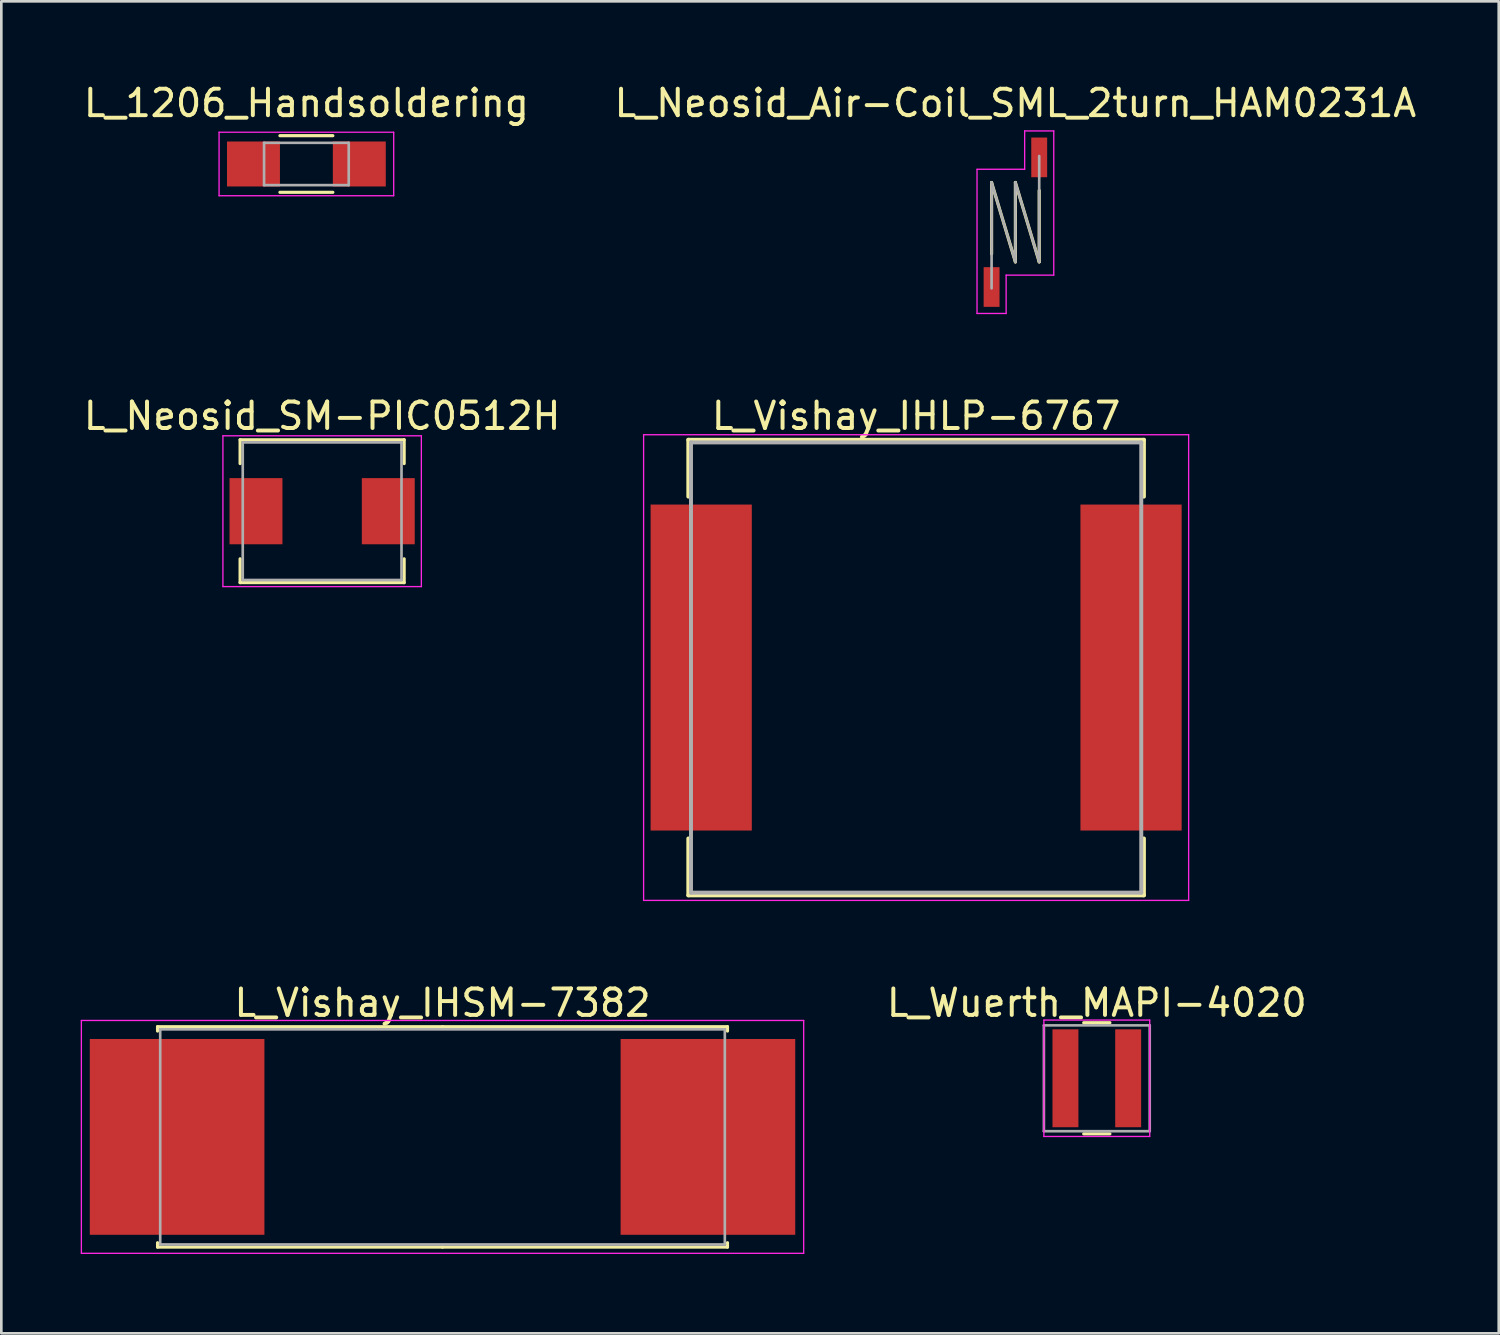
<source format=kicad_pcb>
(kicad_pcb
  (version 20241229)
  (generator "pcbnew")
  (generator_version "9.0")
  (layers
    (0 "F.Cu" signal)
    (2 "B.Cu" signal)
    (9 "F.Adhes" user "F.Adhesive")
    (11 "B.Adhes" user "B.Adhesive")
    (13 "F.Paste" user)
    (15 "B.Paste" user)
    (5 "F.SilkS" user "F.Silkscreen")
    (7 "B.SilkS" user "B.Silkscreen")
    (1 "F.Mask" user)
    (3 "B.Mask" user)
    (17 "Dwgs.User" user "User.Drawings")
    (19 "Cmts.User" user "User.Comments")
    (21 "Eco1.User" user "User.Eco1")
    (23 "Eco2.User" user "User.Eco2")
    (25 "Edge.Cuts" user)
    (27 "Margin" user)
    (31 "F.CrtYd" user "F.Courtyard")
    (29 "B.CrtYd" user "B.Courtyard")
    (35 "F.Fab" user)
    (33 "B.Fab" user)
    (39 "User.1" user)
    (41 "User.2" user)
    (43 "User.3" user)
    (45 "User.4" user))
  (footprint "L_Vishay_IHSM-7382"
    (layer "F.Cu")
    (at 13.675 39.919)
    (property "Reference" "L_Vishay_IHSM-7382" (at 0 -5.065 0) (layer "F.SilkS") (effects (font (size 1 1) (thickness 0.15))))
    (attr smd)
    (fp_line (start -10.77 -4.165) (end 0 -4.165) (stroke (width 0.12) (type solid)) (layer "F.SilkS"))
    (fp_line (start -10.77 -4) (end -10.77 -4.165) (stroke (width 0.12) (type solid)) (layer "F.SilkS"))
    (fp_line (start -10.77 4) (end -10.77 4.165) (stroke (width 0.12) (type solid)) (layer "F.SilkS"))
    (fp_line (start -10.77 4.165) (end 0 4.165) (stroke (width 0.12) (type solid)) (layer "F.SilkS"))
    (fp_line (start 10.77 -4.165) (end 0 -4.165) (stroke (width 0.12) (type solid)) (layer "F.SilkS"))
    (fp_line (start 10.77 -4) (end 10.77 -4.165) (stroke (width 0.12) (type solid)) (layer "F.SilkS"))
    (fp_line (start 10.77 4) (end 10.77 4.165) (stroke (width 0.12) (type solid)) (layer "F.SilkS"))
    (fp_line (start 10.77 4.165) (end 0 4.165) (stroke (width 0.12) (type solid)) (layer "F.SilkS"))
    (fp_line (start -13.65 -4.4) (end -13.65 4.4) (stroke (width 0.05) (type solid)) (layer "F.CrtYd"))
    (fp_line (start -13.65 4.4) (end 13.65 4.4) (stroke (width 0.05) (type solid)) (layer "F.CrtYd"))
    (fp_line (start 13.65 -4.4) (end -13.65 -4.4) (stroke (width 0.05) (type solid)) (layer "F.CrtYd"))
    (fp_line (start 13.65 4.4) (end 13.65 -4.4) (stroke (width 0.05) (type solid)) (layer "F.CrtYd"))
    (fp_line (start -10.67 -4.065) (end -10.67 4.065) (stroke (width 0.1) (type solid)) (layer "F.Fab"))
    (fp_line (start -10.67 4.065) (end 10.67 4.065) (stroke (width 0.1) (type solid)) (layer "F.Fab"))
    (fp_line (start 10.67 -4.065) (end -10.67 -4.065) (stroke (width 0.1) (type solid)) (layer "F.Fab"))
    (fp_line (start 10.67 4.065) (end 10.67 -4.065) (stroke (width 0.1) (type solid)) (layer "F.Fab"))
    (pad "1" smd rect (at -10.031 0) (size 6.6 7.4) (layers "F.Cu" "F.Mask" "F.Paste"))
    (pad "2" smd rect (at 10.031 0) (size 6.6 7.4) (layers "F.Cu" "F.Mask" "F.Paste")))
  (footprint "L_Vishay_IHLP-6767"
    (layer "F.Cu")
    (at 31.575 22.18)
    (property "Reference" "L_Vishay_IHLP-6767" (at 0 -9.509 0) (layer "F.SilkS") (effects (font (size 1 1) (thickness 0.15))))
    (attr smd)
    (fp_line (start -8.609 -8.609) (end 8.609 -8.609) (stroke (width 0.15) (type solid)) (layer "F.SilkS"))
    (fp_line (start -8.609 -6.46) (end -8.609 -8.609) (stroke (width 0.15) (type solid)) (layer "F.SilkS"))
    (fp_line (start -8.609 6.46) (end -8.609 8.609) (stroke (width 0.15) (type solid)) (layer "F.SilkS"))
    (fp_line (start -8.609 8.609) (end 8.609 8.609) (stroke (width 0.15) (type solid)) (layer "F.SilkS"))
    (fp_line (start 8.609 -8.609) (end 8.609 -6.46) (stroke (width 0.15) (type solid)) (layer "F.SilkS"))
    (fp_line (start 8.609 8.609) (end 8.609 6.46) (stroke (width 0.15) (type solid)) (layer "F.SilkS"))
    (fp_line (start -10.3 -8.8) (end -10.3 8.8) (stroke (width 0.05) (type solid)) (layer "F.CrtYd"))
    (fp_line (start -10.3 8.8) (end 10.3 8.8) (stroke (width 0.05) (type solid)) (layer "F.CrtYd"))
    (fp_line (start 10.3 -8.8) (end -10.3 -8.8) (stroke (width 0.05) (type solid)) (layer "F.CrtYd"))
    (fp_line (start 10.3 8.8) (end 10.3 -8.8) (stroke (width 0.05) (type solid)) (layer "F.CrtYd"))
    (fp_line (start -8.509 -8.509) (end -8.509 8.509) (stroke (width 0.15) (type solid)) (layer "F.Fab"))
    (fp_line (start -8.509 8.509) (end 8.509 8.509) (stroke (width 0.15) (type solid)) (layer "F.Fab"))
    (fp_line (start 8.509 -8.509) (end -8.509 -8.509) (stroke (width 0.15) (type solid)) (layer "F.Fab"))
    (fp_line (start 8.509 8.509) (end 8.509 -8.509) (stroke (width 0.15) (type solid)) (layer "F.Fab"))
    (pad "1" smd rect (at -8.123 0) (size 3.825 12.32) (layers "F.Cu" "F.Mask" "F.Paste"))
    (pad "2" smd rect (at 8.123 0) (size 3.825 12.32) (layers "F.Cu" "F.Mask" "F.Paste")))
  (footprint "L_Neosid_Air-Coil_SML_2turn_HAM0231A"
    (layer "F.Cu")
    (at 35.327 5.348)
    (property "Reference" "L_Neosid_Air-Coil_SML_2turn_HAM0231A" (at 0 -4.5 0) (layer "F.SilkS") (effects (font (size 1 1) (thickness 0.15))))
    (attr smd)
    (fp_line (start -0.9 -1.5) (end 0 1.5) (stroke (width 0.12) (type solid)) (layer "F.SilkS"))
    (fp_line (start -0.9 1.2) (end -0.9 -1.5) (stroke (width 0.12) (type solid)) (layer "F.SilkS"))
    (fp_line (start 0 -1.5) (end 0.9 1.5) (stroke (width 0.12) (type solid)) (layer "F.SilkS"))
    (fp_line (start 0 1.5) (end 0 -1.5) (stroke (width 0.12) (type solid)) (layer "F.SilkS"))
    (fp_line (start 0.9 -1.2) (end 0.9 1.5) (stroke (width 0.12) (type solid)) (layer "F.SilkS"))
    (fp_line (start -1.45 -2) (end -1.45 3.45) (stroke (width 0.05) (type solid)) (layer "F.CrtYd"))
    (fp_line (start -1.45 3.45) (end -0.35 3.45) (stroke (width 0.05) (type solid)) (layer "F.CrtYd"))
    (fp_line (start -0.35 2) (end 1.45 2) (stroke (width 0.05) (type solid)) (layer "F.CrtYd"))
    (fp_line (start -0.35 3.45) (end -0.35 2) (stroke (width 0.05) (type solid)) (layer "F.CrtYd"))
    (fp_line (start 0.35 -3.45) (end 0.35 -2) (stroke (width 0.05) (type solid)) (layer "F.CrtYd"))
    (fp_line (start 0.35 -2) (end -1.45 -2) (stroke (width 0.05) (type solid)) (layer "F.CrtYd"))
    (fp_line (start 1.45 -3.45) (end 0.35 -3.45) (stroke (width 0.05) (type solid)) (layer "F.CrtYd"))
    (fp_line (start 1.45 2) (end 1.45 -3.45) (stroke (width 0.05) (type solid)) (layer "F.CrtYd"))
    (fp_line (start -0.9 -1.5) (end 0 1.5) (stroke (width 0.1) (type solid)) (layer "F.Fab"))
    (fp_line (start -0.9 2.5) (end -0.9 -1.5) (stroke (width 0.1) (type solid)) (layer "F.Fab"))
    (fp_line (start 0 -1.5) (end 0.9 1.5) (stroke (width 0.1) (type solid)) (layer "F.Fab"))
    (fp_line (start 0 1.5) (end 0 -1.5) (stroke (width 0.1) (type solid)) (layer "F.Fab"))
    (fp_line (start 0.9 1.5) (end 0.9 -2.5) (stroke (width 0.1) (type solid)) (layer "F.Fab"))
    (pad "1" smd rect (at -0.9 2.45) (size 0.6 1.5) (layers "F.Cu" "F.Mask" "F.Paste"))
    (pad "2" smd rect (at 0.9 -2.45) (size 0.6 1.5) (layers "F.Cu" "F.Mask" "F.Paste")))
  (footprint "L_Neosid_SM-PIC0512H"
    (layer "F.Cu")
    (at 9.125 16.271)
    (property "Reference" "L_Neosid_SM-PIC0512H" (at 0 -3.6 0) (layer "F.SilkS") (effects (font (size 1 1) (thickness 0.15))))
    (attr smd)
    (fp_line (start -3.1 -2.7) (end -3.1 -1.8) (stroke (width 0.12) (type solid)) (layer "F.SilkS"))
    (fp_line (start -3.1 2.7) (end -3.1 1.8) (stroke (width 0.12) (type solid)) (layer "F.SilkS"))
    (fp_line (start 3.1 -2.7) (end -3.1 -2.7) (stroke (width 0.12) (type solid)) (layer "F.SilkS"))
    (fp_line (start 3.1 -2.7) (end 3.1 -1.8) (stroke (width 0.12) (type solid)) (layer "F.SilkS"))
    (fp_line (start 3.1 1.8) (end 3.1 2.7) (stroke (width 0.12) (type solid)) (layer "F.SilkS"))
    (fp_line (start 3.1 2.7) (end -3.1 2.7) (stroke (width 0.12) (type solid)) (layer "F.SilkS"))
    (fp_line (start -3.75 -2.85) (end -3.75 2.85) (stroke (width 0.05) (type solid)) (layer "F.CrtYd"))
    (fp_line (start -3.75 -2.85) (end 3.75 -2.85) (stroke (width 0.05) (type solid)) (layer "F.CrtYd"))
    (fp_line (start 3.75 2.85) (end -3.75 2.85) (stroke (width 0.05) (type solid)) (layer "F.CrtYd"))
    (fp_line (start 3.75 2.85) (end 3.75 -2.85) (stroke (width 0.05) (type solid)) (layer "F.CrtYd"))
    (fp_line (start -3 -2.6) (end 3 -2.6) (stroke (width 0.1) (type solid)) (layer "F.Fab"))
    (fp_line (start -3 2.6) (end -3 -2.6) (stroke (width 0.1) (type solid)) (layer "F.Fab"))
    (fp_line (start 3 -2.6) (end 3 2.6) (stroke (width 0.1) (type solid)) (layer "F.Fab"))
    (fp_line (start 3 2.6) (end -3 2.6) (stroke (width 0.1) (type solid)) (layer "F.Fab"))
    (pad "1" smd rect (at -2.5 0 180) (size 2 2.5) (layers "F.Cu" "F.Mask" "F.Paste"))
    (pad "2" smd rect (at 2.5 0 180) (size 2 2.5) (layers "F.Cu" "F.Mask" "F.Paste")))
  (footprint "L_1206_Handsoldering"
    (layer "F.Cu")
    (at 8.53 3.148)
    (property "Reference" "L_1206_Handsoldering" (at 0 -2.3 0) (layer "F.SilkS") (effects (font (size 1 1) (thickness 0.15))))
    (attr smd)
    (fp_line (start -1 -1.07) (end 1 -1.07) (stroke (width 0.12) (type solid)) (layer "F.SilkS"))
    (fp_line (start 1 1.07) (end -1 1.07) (stroke (width 0.12) (type solid)) (layer "F.SilkS"))
    (fp_line (start -3.3 -1.2) (end -3.3 1.2) (stroke (width 0.05) (type solid)) (layer "F.CrtYd"))
    (fp_line (start -3.3 -1.2) (end 3.3 -1.2) (stroke (width 0.05) (type solid)) (layer "F.CrtYd"))
    (fp_line (start -3.3 1.2) (end 3.3 1.2) (stroke (width 0.05) (type solid)) (layer "F.CrtYd"))
    (fp_line (start 3.3 -1.2) (end 3.3 1.2) (stroke (width 0.05) (type solid)) (layer "F.CrtYd"))
    (fp_line (start -1.6 -0.8) (end 1.6 -0.8) (stroke (width 0.1) (type solid)) (layer "F.Fab"))
    (fp_line (start -1.6 0.8) (end -1.6 -0.8) (stroke (width 0.1) (type solid)) (layer "F.Fab"))
    (fp_line (start 1.6 -0.8) (end 1.6 0.8) (stroke (width 0.1) (type solid)) (layer "F.Fab"))
    (fp_line (start 1.6 0.8) (end -1.6 0.8) (stroke (width 0.1) (type solid)) (layer "F.Fab"))
    (pad "1" smd rect (at -2 0) (size 2 1.7) (layers "F.Cu" "F.Mask" "F.Paste"))
    (pad "2" smd rect (at 2 0) (size 2 1.7) (layers "F.Cu" "F.Mask" "F.Paste")))
  (footprint "L_Wuerth_MAPI-4020"
    (layer "F.Cu")
    (at 38.404 37.704)
    (property "Reference" "L_Wuerth_MAPI-4020" (at 0 -2.85 0) (layer "F.SilkS") (effects (font (size 1 1) (thickness 0.15))))
    (attr smd)
    (fp_line (start -0.495 -2.1) (end 0.495 -2.1) (stroke (width 0.12) (type solid)) (layer "F.SilkS"))
    (fp_line (start -0.495 2.1) (end 0.495 2.1) (stroke (width 0.12) (type solid)) (layer "F.SilkS"))
    (fp_line (start -2 -2.2) (end -2 2.2) (stroke (width 0.05) (type solid)) (layer "F.CrtYd"))
    (fp_line (start -2 2.2) (end 2 2.2) (stroke (width 0.05) (type solid)) (layer "F.CrtYd"))
    (fp_line (start 2 -2.2) (end -2 -2.2) (stroke (width 0.05) (type solid)) (layer "F.CrtYd"))
    (fp_line (start 2 2.2) (end 2 -2.2) (stroke (width 0.05) (type solid)) (layer "F.CrtYd"))
    (fp_line (start -2 -2) (end -2 2) (stroke (width 0.1) (type solid)) (layer "F.Fab"))
    (fp_line (start -2 2) (end 2 2) (stroke (width 0.1) (type solid)) (layer "F.Fab"))
    (fp_line (start 2 -2) (end -2 -2) (stroke (width 0.1) (type solid)) (layer "F.Fab"))
    (fp_line (start 2 2) (end 2 -2) (stroke (width 0.1) (type solid)) (layer "F.Fab"))
    (pad "1" smd rect (at -1.185 0) (size 0.98 3.7) (layers "F.Cu" "F.Mask" "F.Paste"))
    (pad "2" smd rect (at 1.185 0) (size 0.98 3.7) (layers "F.Cu" "F.Mask" "F.Paste")))
  (gr_rect
    (start -3 -3)
    (end 53.595 47.344)
    (stroke (width 0.1) (type default))
    (fill no)
    (layer "Edge.Cuts")))
</source>
